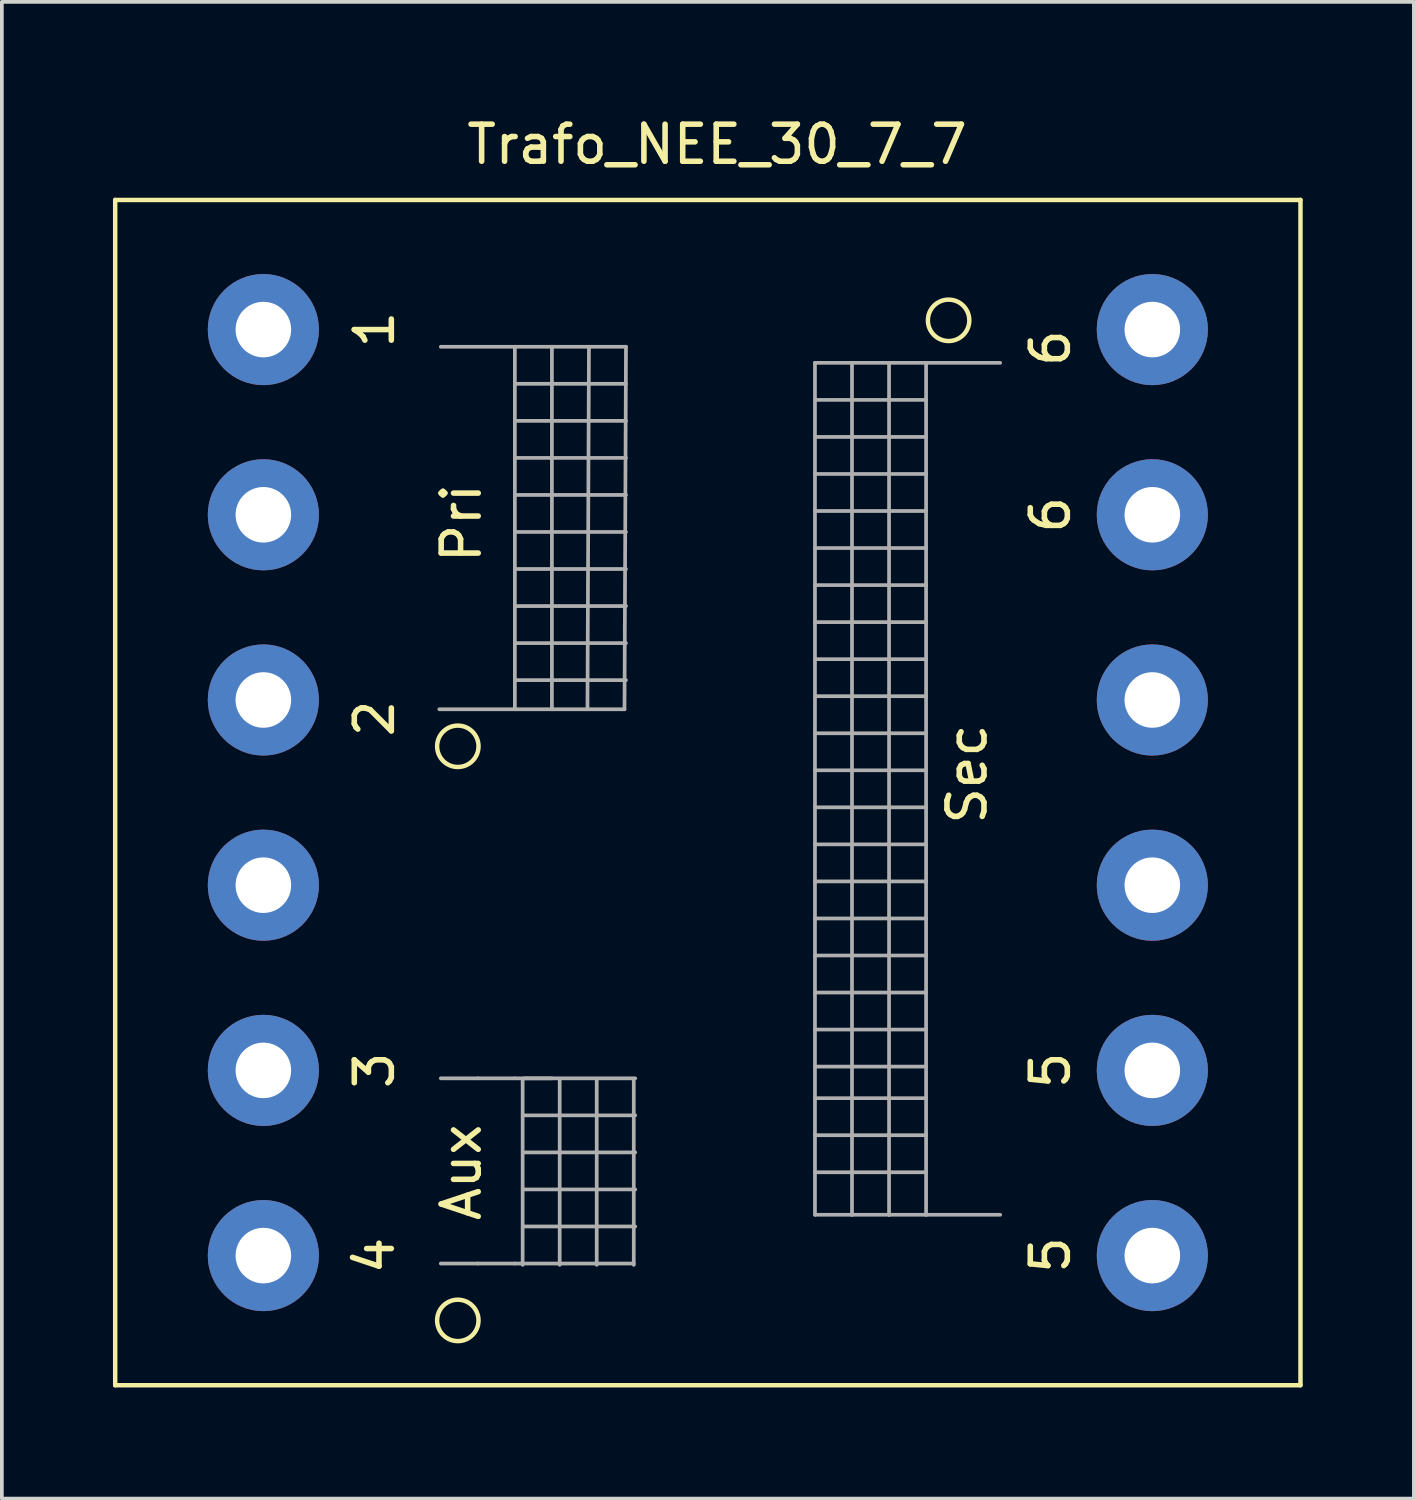
<source format=kicad_pcb>
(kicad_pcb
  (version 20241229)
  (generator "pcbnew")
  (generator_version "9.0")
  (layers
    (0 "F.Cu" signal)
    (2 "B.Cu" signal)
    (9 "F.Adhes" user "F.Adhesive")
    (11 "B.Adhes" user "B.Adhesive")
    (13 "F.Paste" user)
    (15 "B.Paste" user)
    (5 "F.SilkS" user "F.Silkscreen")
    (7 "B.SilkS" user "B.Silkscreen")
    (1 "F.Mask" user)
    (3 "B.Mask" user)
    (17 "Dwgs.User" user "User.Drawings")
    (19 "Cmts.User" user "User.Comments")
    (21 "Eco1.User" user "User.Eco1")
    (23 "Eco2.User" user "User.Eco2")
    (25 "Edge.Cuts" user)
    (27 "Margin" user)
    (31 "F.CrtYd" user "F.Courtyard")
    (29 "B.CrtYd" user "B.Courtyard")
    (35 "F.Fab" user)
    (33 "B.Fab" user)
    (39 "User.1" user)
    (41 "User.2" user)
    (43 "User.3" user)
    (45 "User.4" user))
  (footprint "Trafo_NEE_30_7_7"
    (layer "F.Cu")
    (at 4.06 29.848)
    (property "Reference" "Trafo_NEE_30_7_7" (at 12.25 -29 0) (layer "F.SilkS") (effects (font (size 1 1) (thickness 0.15))))
    (attr through_hole)
    (fp_line (start -4 -27.5) (end -4 4.5) (stroke (width 0.12) (type solid)) (layer "F.SilkS"))
    (fp_line (start -4 4.5) (end 28 4.5) (stroke (width 0.12) (type solid)) (layer "F.SilkS"))
    (fp_line (start 28 -27.5) (end -4 -27.5) (stroke (width 0.12) (type solid)) (layer "F.SilkS"))
    (fp_line (start 28 4.5) (end 28 -27.5) (stroke (width 0.12) (type solid)) (layer "F.SilkS"))
    (fp_circle (center 5.25 -12.75) (end 5.5 -12.25) (stroke (width 0.12) (type solid)) (fill no) (layer "F.SilkS"))
    (fp_circle (center 5.25 2.75) (end 5.5 3.25) (stroke (width 0.12) (type solid)) (fill no) (layer "F.SilkS"))
    (fp_circle (center 18.5 -24.25) (end 18.75 -23.75) (stroke (width 0.12) (type solid)) (fill no) (layer "F.SilkS"))
    (fp_line (start 4.79 -23.536) (end 6.79 -23.536) (stroke (width 0.1) (type solid)) (layer "F.Fab"))
    (fp_line (start 5.79 -3.786) (end 4.79 -3.786) (stroke (width 0.1) (type solid)) (layer "F.Fab"))
    (fp_line (start 5.79 1.214) (end 4.79 1.214) (stroke (width 0.1) (type solid)) (layer "F.Fab"))
    (fp_line (start 6.79 -23.536) (end 6.79 -13.75) (stroke (width 0.1) (type solid)) (layer "F.Fab"))
    (fp_line (start 6.79 -23.536) (end 7.79 -23.536) (stroke (width 0.1) (type solid)) (layer "F.Fab"))
    (fp_line (start 6.79 -22.536) (end 9.79 -22.536) (stroke (width 0.1) (type solid)) (layer "F.Fab"))
    (fp_line (start 6.79 -20.536) (end 9.79 -20.536) (stroke (width 0.1) (type solid)) (layer "F.Fab"))
    (fp_line (start 6.79 -18.536) (end 9.79 -18.536) (stroke (width 0.1) (type solid)) (layer "F.Fab"))
    (fp_line (start 6.79 -16.536) (end 9.79 -16.536) (stroke (width 0.1) (type solid)) (layer "F.Fab"))
    (fp_line (start 6.79 -14.536) (end 9.79 -14.536) (stroke (width 0.1) (type solid)) (layer "F.Fab"))
    (fp_line (start 6.79 -3.786) (end 5.79 -3.786) (stroke (width 0.1) (type solid)) (layer "F.Fab"))
    (fp_line (start 6.79 1.214) (end 5.79 1.214) (stroke (width 0.1) (type solid)) (layer "F.Fab"))
    (fp_line (start 7 -3.75) (end 7 1.25) (stroke (width 0.1) (type solid)) (layer "F.Fab"))
    (fp_line (start 7.04 -3.786) (end 10.04 -3.786) (stroke (width 0.1) (type solid)) (layer "F.Fab"))
    (fp_line (start 7.04 -1.786) (end 10.04 -1.786) (stroke (width 0.1) (type solid)) (layer "F.Fab"))
    (fp_line (start 7.04 0.214) (end 10.04 0.214) (stroke (width 0.1) (type solid)) (layer "F.Fab"))
    (fp_line (start 7.79 -23.536) (end 7.79 -13.75) (stroke (width 0.1) (type solid)) (layer "F.Fab"))
    (fp_line (start 7.79 -23.536) (end 8.79 -23.536) (stroke (width 0.1) (type solid)) (layer "F.Fab"))
    (fp_line (start 7.79 -3.786) (end 6.79 -3.786) (stroke (width 0.1) (type solid)) (layer "F.Fab"))
    (fp_line (start 8 -3.75) (end 8 1.25) (stroke (width 0.1) (type solid)) (layer "F.Fab"))
    (fp_line (start 8.79 -23.536) (end 8.75 -13.75) (stroke (width 0.1) (type solid)) (layer "F.Fab"))
    (fp_line (start 8.79 -23.536) (end 9.79 -23.536) (stroke (width 0.1) (type solid)) (layer "F.Fab"))
    (fp_line (start 9 -3.75) (end 9 1.25) (stroke (width 0.1) (type solid)) (layer "F.Fab"))
    (fp_line (start 9.75 -13.75) (end 4.75 -13.75) (stroke (width 0.1) (type solid)) (layer "F.Fab"))
    (fp_line (start 9.79 -23.536) (end 9.75 -13.75) (stroke (width 0.1) (type solid)) (layer "F.Fab"))
    (fp_line (start 9.79 -21.536) (end 6.79 -21.536) (stroke (width 0.1) (type solid)) (layer "F.Fab"))
    (fp_line (start 9.79 -19.536) (end 6.79 -19.536) (stroke (width 0.1) (type solid)) (layer "F.Fab"))
    (fp_line (start 9.79 -17.536) (end 6.79 -17.536) (stroke (width 0.1) (type solid)) (layer "F.Fab"))
    (fp_line (start 9.79 -15.536) (end 6.79 -15.536) (stroke (width 0.1) (type solid)) (layer "F.Fab"))
    (fp_line (start 10 -3.75) (end 10 1.25) (stroke (width 0.1) (type solid)) (layer "F.Fab"))
    (fp_line (start 10 1.214) (end 6.79 1.214) (stroke (width 0.1) (type solid)) (layer "F.Fab"))
    (fp_line (start 10.04 -2.786) (end 7.04 -2.786) (stroke (width 0.1) (type solid)) (layer "F.Fab"))
    (fp_line (start 10.04 -0.786) (end 7.04 -0.786) (stroke (width 0.1) (type solid)) (layer "F.Fab"))
    (fp_line (start 14.892 -23.102) (end 15.892 -23.102) (stroke (width 0.1) (type solid)) (layer "F.Fab"))
    (fp_line (start 14.892 -21.102) (end 17.892 -21.102) (stroke (width 0.1) (type solid)) (layer "F.Fab"))
    (fp_line (start 14.892 -19.102) (end 17.892 -19.102) (stroke (width 0.1) (type solid)) (layer "F.Fab"))
    (fp_line (start 14.892 -17.102) (end 17.892 -17.102) (stroke (width 0.1) (type solid)) (layer "F.Fab"))
    (fp_line (start 14.892 -15.102) (end 17.892 -15.102) (stroke (width 0.1) (type solid)) (layer "F.Fab"))
    (fp_line (start 14.892 -13.102) (end 17.892 -13.102) (stroke (width 0.1) (type solid)) (layer "F.Fab"))
    (fp_line (start 14.892 -11.102) (end 17.892 -11.102) (stroke (width 0.1) (type solid)) (layer "F.Fab"))
    (fp_line (start 14.892 -9.102) (end 17.892 -9.102) (stroke (width 0.1) (type solid)) (layer "F.Fab"))
    (fp_line (start 14.892 -7.102) (end 17.892 -7.102) (stroke (width 0.1) (type solid)) (layer "F.Fab"))
    (fp_line (start 14.892 -5.102) (end 17.892 -5.102) (stroke (width 0.1) (type solid)) (layer "F.Fab"))
    (fp_line (start 14.892 -0.102) (end 14.892 -23.102) (stroke (width 0.1) (type solid)) (layer "F.Fab"))
    (fp_line (start 15.892 -23.102) (end 16.892 -23.102) (stroke (width 0.1) (type solid)) (layer "F.Fab"))
    (fp_line (start 15.892 -0.102) (end 14.892 -0.102) (stroke (width 0.1) (type solid)) (layer "F.Fab"))
    (fp_line (start 15.892 -0.102) (end 15.892 -23.102) (stroke (width 0.1) (type solid)) (layer "F.Fab"))
    (fp_line (start 16.892 -23.102) (end 17.892 -23.102) (stroke (width 0.1) (type solid)) (layer "F.Fab"))
    (fp_line (start 16.892 -0.102) (end 15.892 -0.102) (stroke (width 0.1) (type solid)) (layer "F.Fab"))
    (fp_line (start 16.892 -0.102) (end 16.892 -23.102) (stroke (width 0.1) (type solid)) (layer "F.Fab"))
    (fp_line (start 17.892 -23.102) (end 19.892 -23.102) (stroke (width 0.1) (type solid)) (layer "F.Fab"))
    (fp_line (start 17.892 -22.102) (end 14.892 -22.102) (stroke (width 0.1) (type solid)) (layer "F.Fab"))
    (fp_line (start 17.892 -20.102) (end 14.892 -20.102) (stroke (width 0.1) (type solid)) (layer "F.Fab"))
    (fp_line (start 17.892 -18.102) (end 14.892 -18.102) (stroke (width 0.1) (type solid)) (layer "F.Fab"))
    (fp_line (start 17.892 -16.102) (end 14.892 -16.102) (stroke (width 0.1) (type solid)) (layer "F.Fab"))
    (fp_line (start 17.892 -14.102) (end 14.892 -14.102) (stroke (width 0.1) (type solid)) (layer "F.Fab"))
    (fp_line (start 17.892 -12.102) (end 14.892 -12.102) (stroke (width 0.1) (type solid)) (layer "F.Fab"))
    (fp_line (start 17.892 -10.102) (end 14.892 -10.102) (stroke (width 0.1) (type solid)) (layer "F.Fab"))
    (fp_line (start 17.892 -8.102) (end 14.892 -8.102) (stroke (width 0.1) (type solid)) (layer "F.Fab"))
    (fp_line (start 17.892 -6.102) (end 14.892 -6.102) (stroke (width 0.1) (type solid)) (layer "F.Fab"))
    (fp_line (start 17.892 -4.102) (end 14.892 -4.102) (stroke (width 0.1) (type solid)) (layer "F.Fab"))
    (fp_line (start 17.892 -3.25) (end 14.892 -3.25) (stroke (width 0.1) (type solid)) (layer "F.Fab"))
    (fp_line (start 17.892 -2.25) (end 14.892 -2.25) (stroke (width 0.1) (type solid)) (layer "F.Fab"))
    (fp_line (start 17.892 -1.25) (end 14.892 -1.25) (stroke (width 0.1) (type solid)) (layer "F.Fab"))
    (fp_line (start 17.892 -0.102) (end 16.892 -0.102) (stroke (width 0.1) (type solid)) (layer "F.Fab"))
    (fp_line (start 17.892 -0.102) (end 17.892 -23.102) (stroke (width 0.1) (type solid)) (layer "F.Fab"))
    (fp_line (start 19.892 -0.102) (end 17.892 -0.102) (stroke (width 0.1) (type solid)) (layer "F.Fab"))
    (fp_text user "6" (at 21.25 -19 90) (layer "F.SilkS") (effects (font (size 1 1) (thickness 0.15))))
    (fp_text user "Aux" (at 5.346 -1.25 90) (layer "F.SilkS") (effects (font (size 1 1) (thickness 0.15))))
    (fp_text user "5" (at 21.25 -4 90) (layer "F.SilkS") (effects (font (size 1 1) (thickness 0.15))))
    (fp_text user "2" (at 3 -13.5 90) (layer "F.SilkS") (effects (font (size 1 1) (thickness 0.15))))
    (fp_text user "1" (at 3 -24 90) (layer "F.SilkS") (effects (font (size 1 1) (thickness 0.15))))
    (fp_text user "Pri" (at 5.346 -18.776 90) (layer "F.SilkS") (effects (font (size 1 1) (thickness 0.15))))
    (fp_text user "5" (at 21.25 0.984 90) (layer "F.SilkS") (effects (font (size 1 1) (thickness 0.15))))
    (fp_text user "6" (at 21.25 -23.5 90) (layer "F.SilkS") (effects (font (size 1 1) (thickness 0.15))))
    (fp_text user "Sec" (at 19 -12 90) (layer "F.SilkS") (effects (font (size 1 1) (thickness 0.15))))
    (fp_text user "3" (at 3 -4 90) (layer "F.SilkS") (effects (font (size 1 1) (thickness 0.15))))
    (fp_text user "4" (at 3 1 90) (layer "F.SilkS") (effects (font (size 1 1) (thickness 0.15))))
    (pad "1" thru_hole circle (at 0 -24) (size 3 3) (drill 1.5) (layers "*.Cu" "*.Mask"))
    (pad "2" thru_hole circle (at 0 -14) (size 3 3) (drill 1.5) (layers "*.Cu" "*.Mask"))
    (pad "3" thru_hole circle (at 0 -4) (size 3 3) (drill 1.5) (layers "*.Cu" "*.Mask"))
    (pad "4" thru_hole circle (at 0 1) (size 3 3) (drill 1.5) (layers "*.Cu" "*.Mask"))
    (pad "5" thru_hole circle (at 24 -4) (size 3 3) (drill 1.5) (layers "*.Cu" "*.Mask"))
    (pad "5" thru_hole circle (at 24 1) (size 3 3) (drill 1.5) (layers "*.Cu" "*.Mask"))
    (pad "6" thru_hole circle (at 24 -24) (size 3 3) (drill 1.5) (layers "*.Cu" "*.Mask"))
    (pad "6" thru_hole circle (at 24 -19) (size 3 3) (drill 1.5) (layers "*.Cu" "*.Mask"))
    (pad "~" thru_hole circle (at 0 -19) (size 3 3) (drill 1.5) (layers "*.Cu" "*.Mask"))
    (pad "~" thru_hole circle (at 0 -9) (size 3 3) (drill 1.5) (layers "*.Cu" "*.Mask"))
    (pad "~" thru_hole circle (at 24 -14) (size 3 3) (drill 1.5) (layers "*.Cu" "*.Mask"))
    (pad "~" thru_hole circle (at 24 -9) (size 3 3) (drill 1.5) (layers "*.Cu" "*.Mask")))
  (gr_rect
    (start -3 -3)
    (end 35.12 37.408)
    (stroke (width 0.1) (type default))
    (fill no)
    (layer "Edge.Cuts")))
</source>
